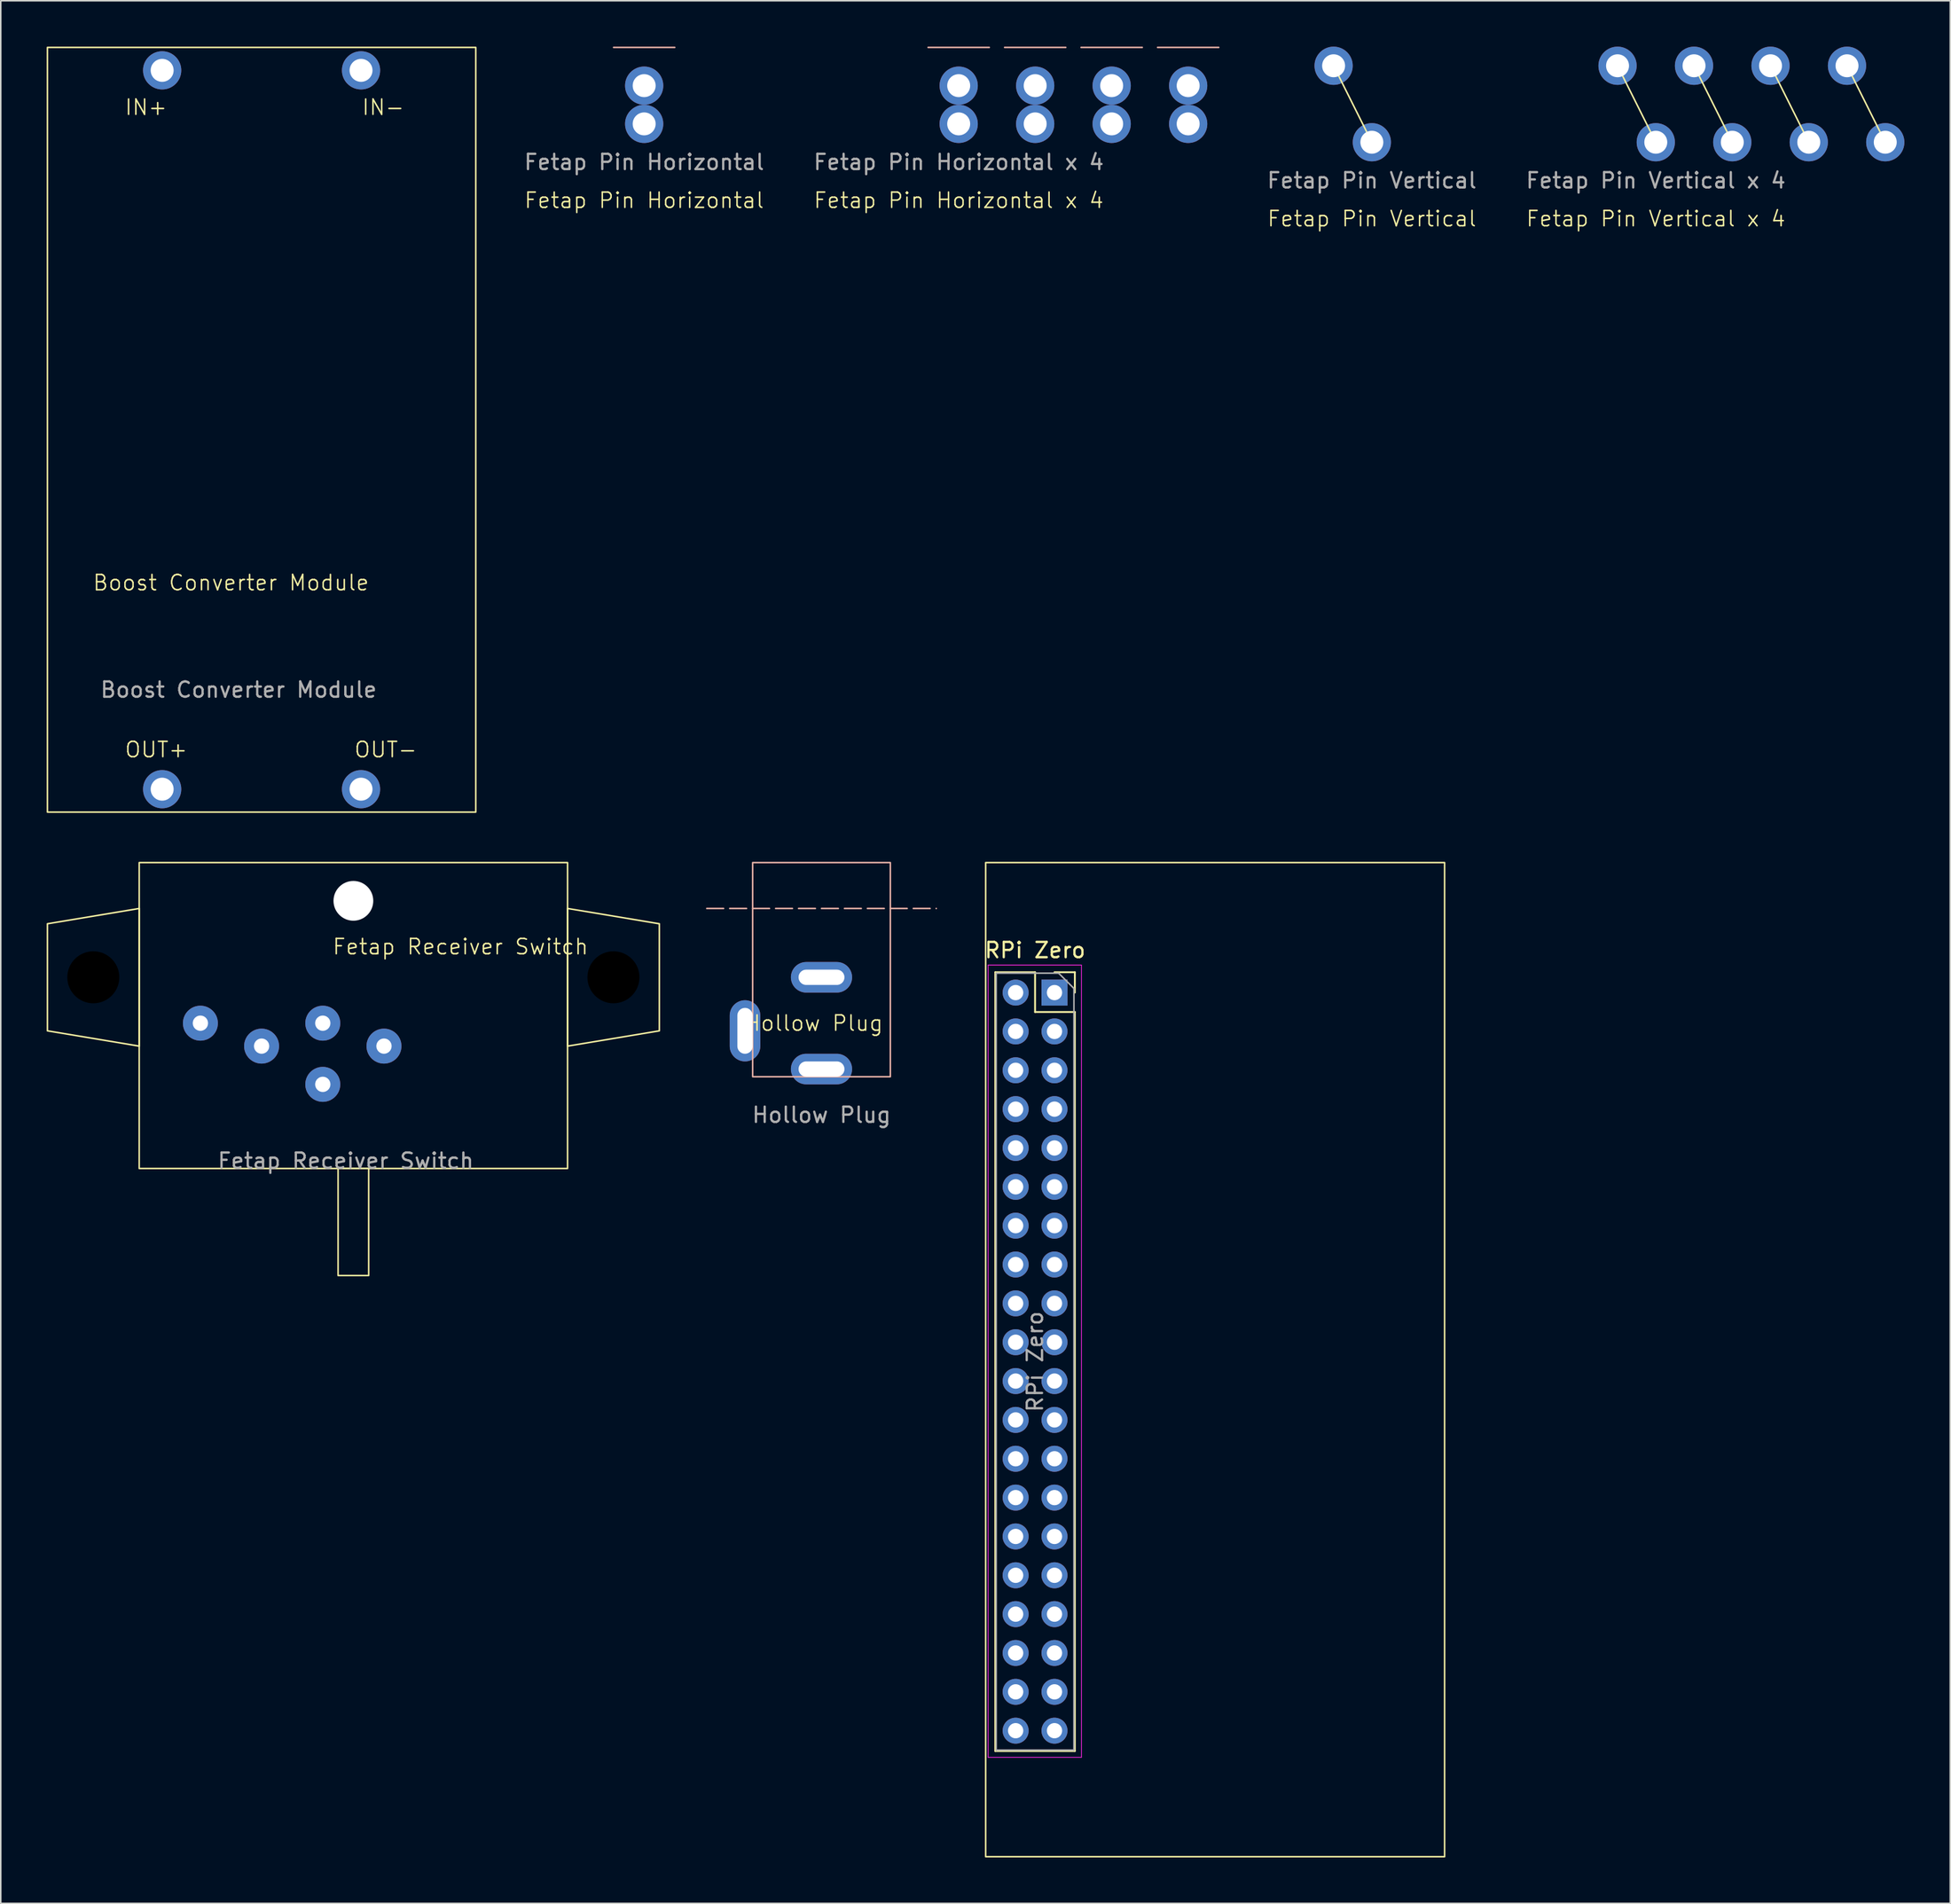
<source format=kicad_pcb>
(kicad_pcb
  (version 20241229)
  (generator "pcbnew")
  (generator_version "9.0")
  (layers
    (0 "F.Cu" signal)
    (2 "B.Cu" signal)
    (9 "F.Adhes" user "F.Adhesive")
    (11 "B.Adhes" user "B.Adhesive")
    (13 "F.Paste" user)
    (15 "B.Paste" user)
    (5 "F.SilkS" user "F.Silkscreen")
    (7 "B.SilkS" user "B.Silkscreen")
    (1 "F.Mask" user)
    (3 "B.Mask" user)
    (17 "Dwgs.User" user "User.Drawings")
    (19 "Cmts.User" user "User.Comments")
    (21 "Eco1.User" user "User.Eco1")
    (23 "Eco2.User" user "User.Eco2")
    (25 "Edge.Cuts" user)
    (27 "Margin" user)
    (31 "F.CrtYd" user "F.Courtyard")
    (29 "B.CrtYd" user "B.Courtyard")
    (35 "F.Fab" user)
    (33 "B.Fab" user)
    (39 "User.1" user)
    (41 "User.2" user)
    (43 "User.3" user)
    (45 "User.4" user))
  (footprint "Fetap Receiver Switch"
    (layer "F.Cu")
    (at 20.05 63.85)
    (property "Reference" "Fetap Receiver Switch" (at 7 -5 0) (unlocked yes) (layer "F.SilkS") (effects (font (size 1 1) (thickness 0.1))))
    (attr smd)
    (fp_rect (start -14 -10.5) (end 14 9.5) (stroke (width 0.1) (type default)) (fill no) (layer "F.SilkS"))
    (fp_rect (start -1 9.5) (end 1 16.5) (stroke (width 0.1) (type default)) (fill no) (layer "F.SilkS"))
    (fp_poly (pts (xy -14 -7.5) (xy -20 -6.5) (xy -20 0.5) (xy -14 1.5)) (stroke (width 0.1) (type solid)) (fill no) (layer "F.SilkS"))
    (fp_poly (pts (xy 14 -7.5) (xy 20 -6.5) (xy 20 0.5) (xy 14 1.5)) (stroke (width 0.1) (type solid)) (fill no) (layer "F.SilkS"))
    (fp_text user "${REFERENCE}" (at -0.5 9 0) (unlocked yes) (layer "F.Fab") (effects (font (size 1 1) (thickness 0.15))))
    (pad "" np_thru_hole circle (at -17 -3) (size 3.4 3.4) (drill 3.4) (layers "*.Mask"))
    (pad "" np_thru_hole circle (at 0 -8) (size 2.6 2.6) (drill 2.6) (layers "*.Cu" "*.Mask"))
    (pad "" np_thru_hole circle (at 17 -3) (size 3.4 3.4) (drill 3.4) (layers "*.Mask"))
    (pad "1" thru_hole circle (at -10 0) (size 2.286 2.286) (drill 1) (layers "*.Cu" "*.Mask"))
    (pad "2" thru_hole circle (at -6 1.5) (size 2.286 2.286) (drill 1) (layers "*.Cu" "*.Mask"))
    (pad "3" thru_hole circle (at -2 4) (size 2.286 2.286) (drill 1) (layers "*.Cu" "*.Mask"))
    (pad "4" thru_hole circle (at -2 0) (size 2.286 2.286) (drill 1) (layers "*.Cu" "*.Mask"))
    (pad "4" thru_hole circle (at 2 1.5) (size 2.286 2.286) (drill 1) (layers "*.Cu" "*.Mask")))
  (footprint "Fetap Pin Vertical"
    (layer "F.Cu")
    (at 86.626 6.25)
    (property "Reference" "Fetap Pin Vertical" (at 0 5 0) (unlocked yes) (layer "F.SilkS") (effects (font (size 1 1) (thickness 0.1))))
    (attr through_hole)
    (fp_line (start -2.5 -5) (end 0 0) (stroke (width 0.1) (type default)) (layer "F.SilkS"))
    (fp_text user "${REFERENCE}" (at 0 2.5 0) (unlocked yes) (layer "F.Fab") (effects (font (size 1 1) (thickness 0.15))))
    (pad "1" thru_hole circle (at -2.5 -5) (size 2.5 2.5) (drill 1.5) (layers "*.Cu" "*.Mask"))
    (pad "1" thru_hole circle (at 0 0) (size 2.5 2.5) (drill 1.5) (layers "*.Cu" "*.Mask")))
  (footprint "Fetap Pin Horizontal x 4"
    (layer "F.Cu")
    (at 59.618 5.05)
    (property "Reference" "Fetap Pin Horizontal x 4" (at 0 5 0) (unlocked yes) (layer "F.SilkS") (effects (font (size 1 1) (thickness 0.1))))
    (attr through_hole)
    (fp_line (start -2 -5) (end 2 -5) (stroke (width 0.1) (type default)) (layer "B.SilkS"))
    (fp_line (start 3 -5) (end 7 -5) (stroke (width 0.1) (type default)) (layer "B.SilkS"))
    (fp_line (start 8 -5) (end 12 -5) (stroke (width 0.1) (type default)) (layer "B.SilkS"))
    (fp_line (start 13 -5) (end 17 -5) (stroke (width 0.1) (type default)) (layer "B.SilkS"))
    (fp_text user "${REFERENCE}" (at 0 2.5 0) (unlocked yes) (layer "F.Fab") (effects (font (size 1 1) (thickness 0.15))))
    (pad "1" thru_hole circle (at 0 -2.5) (size 2.5 2.5) (drill 1.5) (layers "*.Cu" "*.Mask"))
    (pad "1" thru_hole circle (at 0 0) (size 2.5 2.5) (drill 1.5) (layers "*.Cu" "*.Mask"))
    (pad "2" thru_hole circle (at 5 -2.5) (size 2.5 2.5) (drill 1.5) (layers "*.Cu" "*.Mask"))
    (pad "2" thru_hole circle (at 5 0) (size 2.5 2.5) (drill 1.5) (layers "*.Cu" "*.Mask"))
    (pad "3" thru_hole circle (at 10 -2.5) (size 2.5 2.5) (drill 1.5) (layers "*.Cu" "*.Mask"))
    (pad "3" thru_hole circle (at 10 0) (size 2.5 2.5) (drill 1.5) (layers "*.Cu" "*.Mask"))
    (pad "4" thru_hole circle (at 15 -2.5) (size 2.5 2.5) (drill 1.5) (layers "*.Cu" "*.Mask"))
    (pad "4" thru_hole circle (at 15 0) (size 2.5 2.5) (drill 1.5) (layers "*.Cu" "*.Mask")))
  (footprint "RPi Zero"
    (layer "F.Cu")
    (at 65.881 61.85)
    (property "Reference" "RPi Zero" (at -1.27 -2.77 0) (layer "F.SilkS") (effects (font (size 1 1) (thickness 0.15))))
    (attr through_hole)
    (fp_line (start -3.87 -1.33) (end -3.87 49.59) (stroke (width 0.12) (type solid)) (layer "F.SilkS"))
    (fp_line (start -3.87 -1.33) (end -1.27 -1.33) (stroke (width 0.12) (type solid)) (layer "F.SilkS"))
    (fp_line (start -3.87 49.59) (end 1.33 49.59) (stroke (width 0.12) (type solid)) (layer "F.SilkS"))
    (fp_line (start -1.27 -1.33) (end -1.27 1.27) (stroke (width 0.12) (type solid)) (layer "F.SilkS"))
    (fp_line (start -1.27 1.27) (end 1.33 1.27) (stroke (width 0.12) (type solid)) (layer "F.SilkS"))
    (fp_line (start 0 -1.33) (end 1.33 -1.33) (stroke (width 0.12) (type solid)) (layer "F.SilkS"))
    (fp_line (start 1.33 -1.33) (end 1.33 0) (stroke (width 0.12) (type solid)) (layer "F.SilkS"))
    (fp_line (start 1.33 1.27) (end 1.33 49.59) (stroke (width 0.12) (type solid)) (layer "F.SilkS"))
    (fp_rect (start -4.5 -8.5) (end 25.5 56.5) (stroke (width 0.1) (type default)) (fill no) (layer "F.SilkS"))
    (fp_line (start -4.34 -1.8) (end 1.76 -1.8) (stroke (width 0.05) (type solid)) (layer "F.CrtYd"))
    (fp_line (start -4.34 50) (end -4.34 -1.8) (stroke (width 0.05) (type solid)) (layer "F.CrtYd"))
    (fp_line (start 1.76 -1.8) (end 1.76 50) (stroke (width 0.05) (type solid)) (layer "F.CrtYd"))
    (fp_line (start 1.76 50) (end -4.34 50) (stroke (width 0.05) (type solid)) (layer "F.CrtYd"))
    (fp_line (start -3.81 -1.27) (end 0.27 -1.27) (stroke (width 0.1) (type solid)) (layer "F.Fab"))
    (fp_line (start -3.81 49.53) (end -3.81 -1.27) (stroke (width 0.1) (type solid)) (layer "F.Fab"))
    (fp_line (start 0.27 -1.27) (end 1.27 -0.27) (stroke (width 0.1) (type solid)) (layer "F.Fab"))
    (fp_line (start 1.27 -0.27) (end 1.27 49.53) (stroke (width 0.1) (type solid)) (layer "F.Fab"))
    (fp_line (start 1.27 49.53) (end -3.81 49.53) (stroke (width 0.1) (type solid)) (layer "F.Fab"))
    (fp_text user "${REFERENCE}" (at -1.27 24.13 90) (layer "F.Fab") (effects (font (size 1 1) (thickness 0.15))))
    (pad "1" thru_hole rect (at 0 0) (size 1.7 1.7) (drill 1) (layers "*.Cu" "*.Mask"))
    (pad "2" thru_hole oval (at -2.54 0) (size 1.7 1.7) (drill 1) (layers "*.Cu" "*.Mask"))
    (pad "3" thru_hole oval (at 0 2.54) (size 1.7 1.7) (drill 1) (layers "*.Cu" "*.Mask"))
    (pad "4" thru_hole oval (at -2.54 2.54) (size 1.7 1.7) (drill 1) (layers "*.Cu" "*.Mask"))
    (pad "5" thru_hole oval (at 0 5.08) (size 1.7 1.7) (drill 1) (layers "*.Cu" "*.Mask"))
    (pad "6" thru_hole oval (at -2.54 5.08) (size 1.7 1.7) (drill 1) (layers "*.Cu" "*.Mask"))
    (pad "7" thru_hole oval (at 0 7.62) (size 1.7 1.7) (drill 1) (layers "*.Cu" "*.Mask"))
    (pad "8" thru_hole oval (at -2.54 7.62) (size 1.7 1.7) (drill 1) (layers "*.Cu" "*.Mask"))
    (pad "9" thru_hole oval (at 0 10.16) (size 1.7 1.7) (drill 1) (layers "*.Cu" "*.Mask"))
    (pad "10" thru_hole oval (at -2.54 10.16) (size 1.7 1.7) (drill 1) (layers "*.Cu" "*.Mask"))
    (pad "11" thru_hole oval (at 0 12.7) (size 1.7 1.7) (drill 1) (layers "*.Cu" "*.Mask"))
    (pad "12" thru_hole oval (at -2.54 12.7) (size 1.7 1.7) (drill 1) (layers "*.Cu" "*.Mask"))
    (pad "13" thru_hole oval (at 0 15.24) (size 1.7 1.7) (drill 1) (layers "*.Cu" "*.Mask"))
    (pad "14" thru_hole oval (at -2.54 15.24) (size 1.7 1.7) (drill 1) (layers "*.Cu" "*.Mask"))
    (pad "15" thru_hole oval (at 0 17.78) (size 1.7 1.7) (drill 1) (layers "*.Cu" "*.Mask"))
    (pad "16" thru_hole oval (at -2.54 17.78) (size 1.7 1.7) (drill 1) (layers "*.Cu" "*.Mask"))
    (pad "17" thru_hole oval (at 0 20.32) (size 1.7 1.7) (drill 1) (layers "*.Cu" "*.Mask"))
    (pad "18" thru_hole oval (at -2.54 20.32) (size 1.7 1.7) (drill 1) (layers "*.Cu" "*.Mask"))
    (pad "19" thru_hole oval (at 0 22.86) (size 1.7 1.7) (drill 1) (layers "*.Cu" "*.Mask"))
    (pad "20" thru_hole oval (at -2.54 22.86) (size 1.7 1.7) (drill 1) (layers "*.Cu" "*.Mask"))
    (pad "21" thru_hole oval (at 0 25.4) (size 1.7 1.7) (drill 1) (layers "*.Cu" "*.Mask"))
    (pad "22" thru_hole oval (at -2.54 25.4) (size 1.7 1.7) (drill 1) (layers "*.Cu" "*.Mask"))
    (pad "23" thru_hole oval (at 0 27.94) (size 1.7 1.7) (drill 1) (layers "*.Cu" "*.Mask"))
    (pad "24" thru_hole oval (at -2.54 27.94) (size 1.7 1.7) (drill 1) (layers "*.Cu" "*.Mask"))
    (pad "25" thru_hole oval (at 0 30.48) (size 1.7 1.7) (drill 1) (layers "*.Cu" "*.Mask"))
    (pad "26" thru_hole oval (at -2.54 30.48) (size 1.7 1.7) (drill 1) (layers "*.Cu" "*.Mask"))
    (pad "27" thru_hole oval (at 0 33.02) (size 1.7 1.7) (drill 1) (layers "*.Cu" "*.Mask"))
    (pad "28" thru_hole oval (at -2.54 33.02) (size 1.7 1.7) (drill 1) (layers "*.Cu" "*.Mask"))
    (pad "29" thru_hole oval (at 0 35.56) (size 1.7 1.7) (drill 1) (layers "*.Cu" "*.Mask"))
    (pad "30" thru_hole oval (at -2.54 35.56) (size 1.7 1.7) (drill 1) (layers "*.Cu" "*.Mask"))
    (pad "31" thru_hole oval (at 0 38.1) (size 1.7 1.7) (drill 1) (layers "*.Cu" "*.Mask"))
    (pad "32" thru_hole oval (at -2.54 38.1) (size 1.7 1.7) (drill 1) (layers "*.Cu" "*.Mask"))
    (pad "33" thru_hole oval (at 0 40.64) (size 1.7 1.7) (drill 1) (layers "*.Cu" "*.Mask"))
    (pad "34" thru_hole oval (at -2.54 40.64) (size 1.7 1.7) (drill 1) (layers "*.Cu" "*.Mask"))
    (pad "35" thru_hole oval (at 0 43.18) (size 1.7 1.7) (drill 1) (layers "*.Cu" "*.Mask"))
    (pad "36" thru_hole oval (at -2.54 43.18) (size 1.7 1.7) (drill 1) (layers "*.Cu" "*.Mask"))
    (pad "37" thru_hole oval (at 0 45.72) (size 1.7 1.7) (drill 1) (layers "*.Cu" "*.Mask"))
    (pad "38" thru_hole oval (at -2.54 45.72) (size 1.7 1.7) (drill 1) (layers "*.Cu" "*.Mask"))
    (pad "39" thru_hole oval (at 0 48.26) (size 1.7 1.7) (drill 1) (layers "*.Cu" "*.Mask"))
    (pad "40" thru_hole oval (at -2.54 48.26) (size 1.7 1.7) (drill 1) (layers "*.Cu" "*.Mask")))
  (footprint "Hollow Plug"
    (layer "F.Cu")
    (at 50.65 67.35)
    (property "Reference" "Hollow Plug" (at -0.5 -3.5 0) (unlocked yes) (layer "F.SilkS") (effects (font (size 1 1) (thickness 0.1))))
    (attr through_hole)
    (fp_line (start -7.5 -11) (end 7.5 -11) (stroke (width 0.1) (type dash)) (layer "B.SilkS"))
    (fp_rect (start -4.5 -14) (end 4.5 0) (stroke (width 0.1) (type default)) (fill no) (layer "B.SilkS"))
    (fp_text user "${REFERENCE}" (at 0 2.5 0) (unlocked yes) (layer "F.Fab") (effects (font (size 1 1) (thickness 0.15))))
    (pad "1" thru_hole oval (at 0 -0.5 270) (size 2 4) (drill oval 1 3) (layers "*.Cu" "*.Mask"))
    (pad "2" thru_hole oval (at -5 -3) (size 2 4) (drill oval 1 3) (layers "*.Cu" "*.Mask"))
    (pad "3" thru_hole oval (at 0 -6.5 270) (size 2 4) (drill oval 1 3) (layers "*.Cu" "*.Mask")))
  (footprint "Fetap Pin Vertical x 4"
    (layer "F.Cu")
    (at 105.186 6.25)
    (property "Reference" "Fetap Pin Vertical x 4" (at 0 5 0) (unlocked yes) (layer "F.SilkS") (effects (font (size 1 1) (thickness 0.1))))
    (attr through_hole)
    (fp_line (start -2.5 -5) (end 0 0) (stroke (width 0.1) (type default)) (layer "F.SilkS"))
    (fp_line (start 2.5 -5) (end 5 0) (stroke (width 0.1) (type default)) (layer "F.SilkS"))
    (fp_line (start 7.5 -5) (end 10 0) (stroke (width 0.1) (type default)) (layer "F.SilkS"))
    (fp_line (start 12.5 -5) (end 15 0) (stroke (width 0.1) (type default)) (layer "F.SilkS"))
    (fp_text user "${REFERENCE}" (at 0 2.5 0) (unlocked yes) (layer "F.Fab") (effects (font (size 1 1) (thickness 0.15))))
    (pad "1" thru_hole circle (at -2.5 -5) (size 2.5 2.5) (drill 1.5) (layers "*.Cu" "*.Mask"))
    (pad "1" thru_hole circle (at 0 0) (size 2.5 2.5) (drill 1.5) (layers "*.Cu" "*.Mask"))
    (pad "2" thru_hole circle (at 2.5 -5) (size 2.5 2.5) (drill 1.5) (layers "*.Cu" "*.Mask"))
    (pad "2" thru_hole circle (at 5 0) (size 2.5 2.5) (drill 1.5) (layers "*.Cu" "*.Mask"))
    (pad "3" thru_hole circle (at 7.5 -5) (size 2.5 2.5) (drill 1.5) (layers "*.Cu" "*.Mask"))
    (pad "3" thru_hole circle (at 10 0) (size 2.5 2.5) (drill 1.5) (layers "*.Cu" "*.Mask"))
    (pad "4" thru_hole circle (at 12.5 -5) (size 2.5 2.5) (drill 1.5) (layers "*.Cu" "*.Mask"))
    (pad "4" thru_hole circle (at 15 0) (size 2.5 2.5) (drill 1.5) (layers "*.Cu" "*.Mask")))
  (footprint "Fetap Pin Horizontal"
    (layer "F.Cu")
    (at 39.058 5.05)
    (property "Reference" "Fetap Pin Horizontal" (at 0 5 0) (unlocked yes) (layer "F.SilkS") (effects (font (size 1 1) (thickness 0.1))))
    (attr through_hole)
    (fp_line (start -2 -5) (end 2 -5) (stroke (width 0.1) (type default)) (layer "B.SilkS"))
    (fp_text user "${REFERENCE}" (at 0 2.5 0) (unlocked yes) (layer "F.Fab") (effects (font (size 1 1) (thickness 0.15))))
    (pad "1" thru_hole circle (at 0 -2.5) (size 2.5 2.5) (drill 1.5) (layers "*.Cu" "*.Mask"))
    (pad "1" thru_hole circle (at 0 0) (size 2.5 2.5) (drill 1.5) (layers "*.Cu" "*.Mask")))
  (footprint "Boost Converter Module"
    (layer "F.Cu")
    (at 14.05 50.05)
    (property "Reference" "Boost Converter Module" (at -2 -15 0) (unlocked yes) (layer "F.SilkS") (effects (font (size 1 1) (thickness 0.1))))
    (attr through_hole)
    (fp_rect (start -14 -50) (end 14 0) (stroke (width 0.1) (type default)) (fill no) (layer "F.SilkS"))
    (fp_text user "IN+" (at -9 -45.5 0) (unlocked yes) (layer "F.SilkS") (effects (font (size 1 1) (thickness 0.1)) (justify left bottom)))
    (fp_text user "OUT+" (at -9 -3.5 0) (unlocked yes) (layer "F.SilkS") (effects (font (size 1 1) (thickness 0.1)) (justify left bottom)))
    (fp_text user "IN-" (at 6.5 -45.5 0) (unlocked yes) (layer "F.SilkS") (effects (font (size 1 1) (thickness 0.1)) (justify left bottom)))
    (fp_text user "OUT-" (at 6 -3.5 0) (unlocked yes) (layer "F.SilkS") (effects (font (size 1 1) (thickness 0.1)) (justify left bottom)))
    (fp_text user "${REFERENCE}" (at -1.5 -8 0) (unlocked yes) (layer "F.Fab") (effects (font (size 1 1) (thickness 0.15))))
    (pad "1" thru_hole circle (at -6.5 -1.5) (size 2.5 2.5) (drill 1.5) (layers "*.Cu" "*.Mask"))
    (pad "2" thru_hole circle (at -6.5 -48.5) (size 2.5 2.5) (drill 1.5) (layers "*.Cu" "*.Mask"))
    (pad "3" thru_hole circle (at 6.5 -1.5) (size 2.5 2.5) (drill 1.5) (layers "*.Cu" "*.Mask"))
    (pad "4" thru_hole circle (at 6.5 -48.5) (size 2.5 2.5) (drill 1.5) (layers "*.Cu" "*.Mask")))
  (gr_rect
    (start -3 -3)
    (end 124.436 121.4)
    (stroke (width 0.1) (type default))
    (fill no)
    (layer "Edge.Cuts")))
</source>
